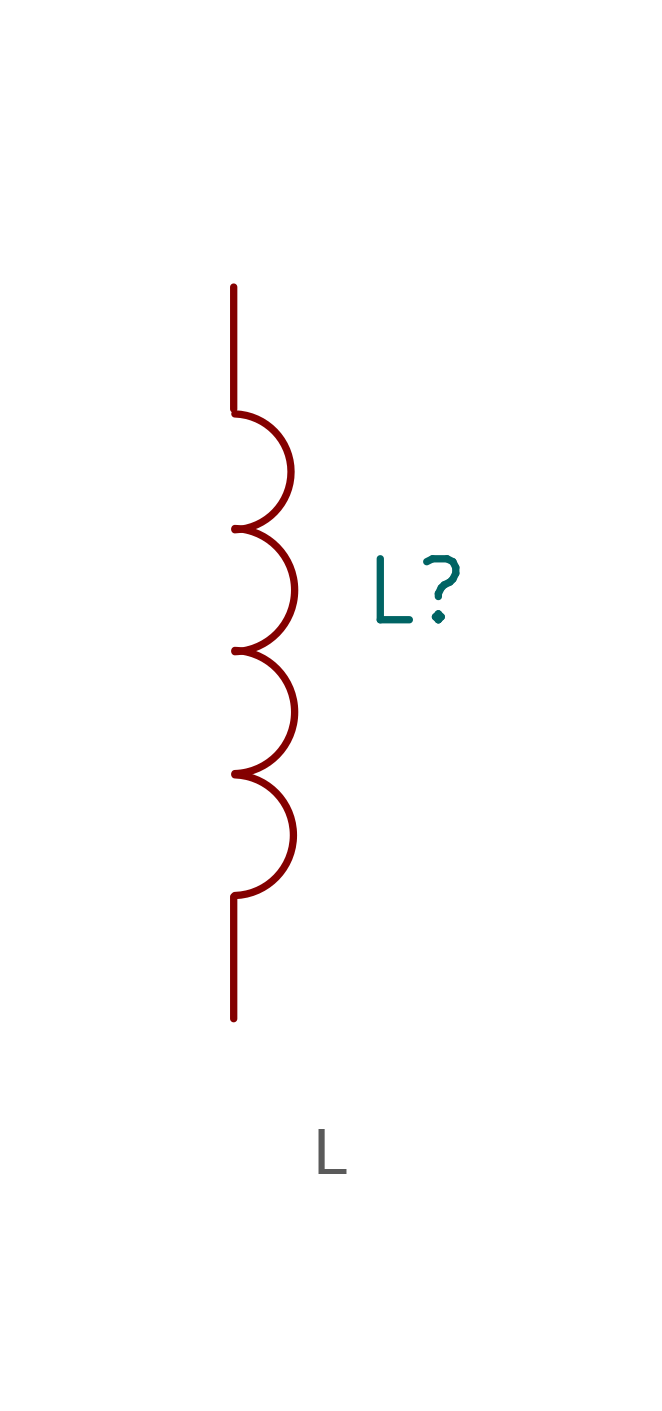
<source format=kicad_sym>
(kicad_symbol_lib
  (version 20231120)
  (generator "kicad_symbol_editor")
  (generator_version "7.99")
  (symbol "L"
    (pin_numbers hide)
    (pin_names
      (offset 1.016) hide)
    (property "Reference" "L"
      (at 3.81 -6.35 0)
      (effects (font (size 1.27 1.27))))
    (property "Datasheet" ""
      (at 0 0 0)
      (effects (font (size 1.27 1.27))))
    (symbol "L_0_1"
      (arc (start 0.0254 -12.6746) (mid 1.2449 -11.4297) (end 0.0254 -10.16) (stroke (width 0) (type default)) (fill (type none)))
      (arc (start 0.0254 -10.1346) (mid 1.2703 -8.8644) (end 0.0254 -7.5692) (stroke (width 0) (type default)) (fill (type none)))
      (arc (start 0.0254 -7.5946) (mid 1.2703 -6.3244) (end 0.0254 -5.0292) (stroke (width 0) (type default)) (fill (type none)))
      (arc (start 0.0254 -5.0546) (mid 1.1941 -3.8605) (end 0.0254 -2.6416) (stroke (width 0) (type default)) (fill (type none))))
    (symbol "L_1_1"
      (pin passive line (at 0 0 270) (length 2.54) (name "1" (effects (font (size 1.778 1.778)))) (number "1" (effects (font (size 1.778 1.778)))))
      (pin passive line (at 0 -15.24 90) (length 2.54) (name "2" (effects (font (size 1.778 1.778)))) (number "2" (effects (font (size 1.778 1.778))))))))
</source>
